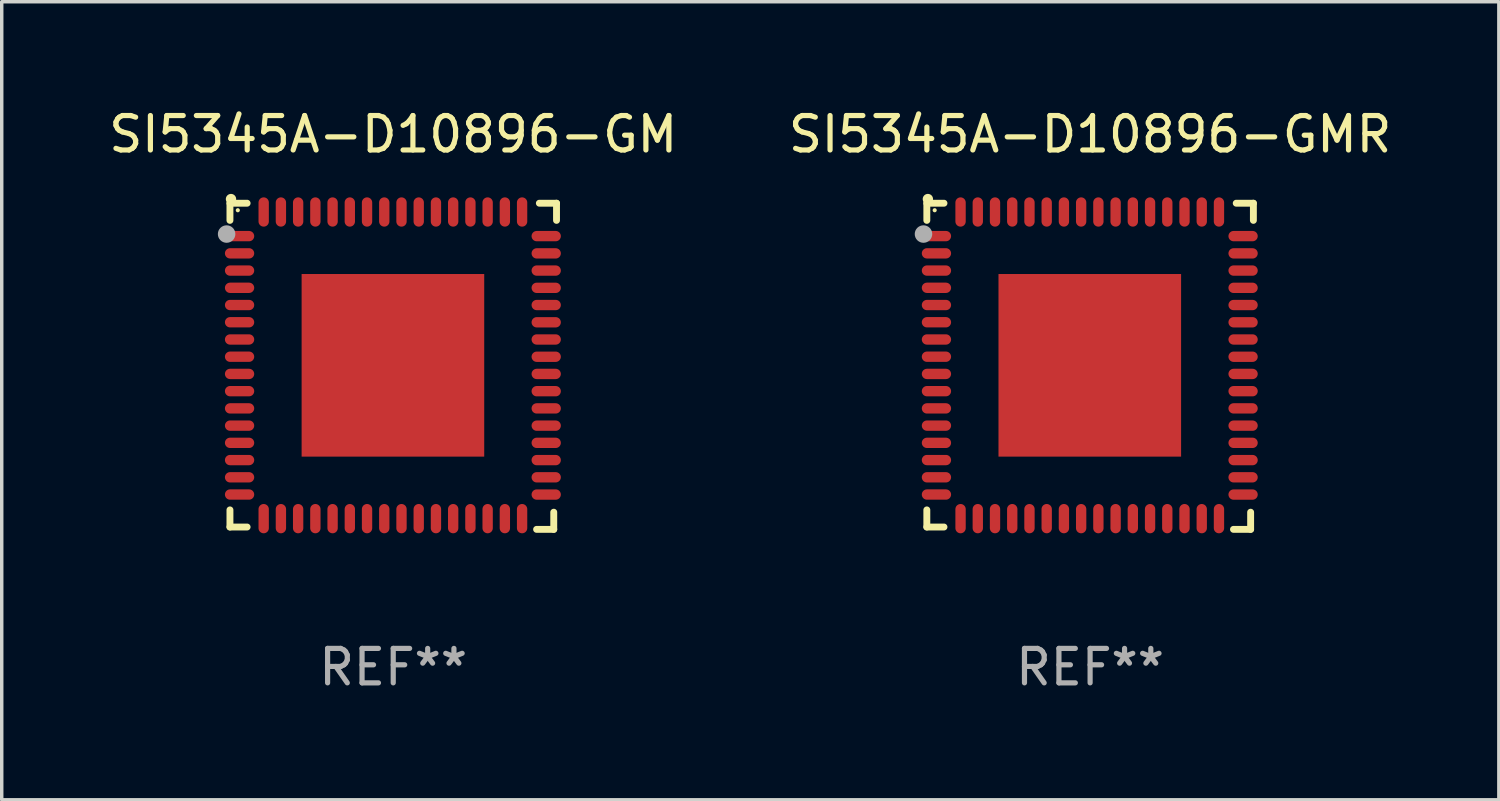
<source format=kicad_pcb>
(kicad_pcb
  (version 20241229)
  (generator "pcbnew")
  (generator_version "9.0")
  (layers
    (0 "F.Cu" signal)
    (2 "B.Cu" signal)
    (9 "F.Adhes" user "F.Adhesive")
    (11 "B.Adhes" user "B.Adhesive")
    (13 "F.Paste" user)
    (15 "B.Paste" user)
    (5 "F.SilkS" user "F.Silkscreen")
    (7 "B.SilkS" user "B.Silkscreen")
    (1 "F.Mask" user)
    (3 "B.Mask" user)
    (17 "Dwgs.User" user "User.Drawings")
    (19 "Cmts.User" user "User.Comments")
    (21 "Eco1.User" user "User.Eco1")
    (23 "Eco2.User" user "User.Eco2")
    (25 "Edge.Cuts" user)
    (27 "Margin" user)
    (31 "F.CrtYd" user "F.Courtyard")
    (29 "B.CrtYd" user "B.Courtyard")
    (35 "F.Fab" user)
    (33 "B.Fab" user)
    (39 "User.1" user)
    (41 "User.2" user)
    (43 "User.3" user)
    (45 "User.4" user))
  (footprint "SI5345A-D10896-GMR"
    (layer "F.Cu")
    (at 28.589 7.581)
    (property "Reference" "SI5345A-D10896-GMR" (at 0 -6.733 0) (layer "F.SilkS") (effects (font (size 1 1) (thickness 0.15))))
    (attr through_hole)
    (fp_line (start -4.739 -4.733) (end -4.241 -4.733) (stroke (width 0.2) (type solid)) (layer "F.SilkS"))
    (fp_line (start -4.739 -4.235) (end -4.739 -4.733) (stroke (width 0.2) (type solid)) (layer "F.SilkS"))
    (fp_line (start -4.739 4.168) (end -4.739 4.665) (stroke (width 0.2) (type solid)) (layer "F.SilkS"))
    (fp_line (start -4.739 4.665) (end -4.241 4.665) (stroke (width 0.2) (type solid)) (layer "F.SilkS"))
    (fp_line (start 4.161 4.733) (end 4.659 4.733) (stroke (width 0.2) (type solid)) (layer "F.SilkS"))
    (fp_line (start 4.241 -4.733) (end 4.739 -4.733) (stroke (width 0.2) (type solid)) (layer "F.SilkS"))
    (fp_line (start 4.659 4.733) (end 4.659 4.235) (stroke (width 0.2) (type solid)) (layer "F.SilkS"))
    (fp_line (start 4.739 -4.733) (end 4.739 -4.235) (stroke (width 0.2) (type solid)) (layer "F.SilkS"))
    (fp_arc (start -4.708623 -4.85108) (mid -4.708628 -4.85235) (end -4.708623 -4.85362) (stroke (width 0.3) (type solid)) (layer "F.SilkS"))
    (fp_circle (center -4.511 -4.529) (end -4.481 -4.529) (stroke (width 0.06) (type solid)) (fill no) (layer "F.SilkS"))
    (fp_circle (center -4.836 -3.838) (end -4.709 -3.838) (stroke (width 0.254) (type solid)) (fill no) (layer "F.Fab"))
    (fp_text user "REF**" (at 0 8.733 0) (layer "F.Fab") (effects (font (size 1 1) (thickness 0.15))))
    (pad "1" smd oval (at -4.46 -3.778) (size 0.85 0.3) (layers "F.Cu" "F.Mask" "F.Paste"))
    (pad "2" smd oval (at -4.46 -3.278) (size 0.85 0.3) (layers "F.Cu" "F.Mask" "F.Paste"))
    (pad "3" smd oval (at -4.46 -2.778) (size 0.85 0.3) (layers "F.Cu" "F.Mask" "F.Paste"))
    (pad "4" smd oval (at -4.46 -2.278) (size 0.85 0.3) (layers "F.Cu" "F.Mask" "F.Paste"))
    (pad "5" smd oval (at -4.46 -1.778) (size 0.85 0.3) (layers "F.Cu" "F.Mask" "F.Paste"))
    (pad "6" smd oval (at -4.46 -1.278) (size 0.85 0.3) (layers "F.Cu" "F.Mask" "F.Paste"))
    (pad "7" smd oval (at -4.46 -0.778) (size 0.85 0.3) (layers "F.Cu" "F.Mask" "F.Paste"))
    (pad "8" smd oval (at -4.46 -0.278) (size 0.85 0.3) (layers "F.Cu" "F.Mask" "F.Paste"))
    (pad "9" smd oval (at -4.46 0.222) (size 0.85 0.3) (layers "F.Cu" "F.Mask" "F.Paste"))
    (pad "10" smd oval (at -4.46 0.722) (size 0.85 0.3) (layers "F.Cu" "F.Mask" "F.Paste"))
    (pad "11" smd oval (at -4.46 1.222) (size 0.85 0.3) (layers "F.Cu" "F.Mask" "F.Paste"))
    (pad "12" smd oval (at -4.46 1.722) (size 0.85 0.3) (layers "F.Cu" "F.Mask" "F.Paste"))
    (pad "13" smd oval (at -4.46 2.222) (size 0.85 0.3) (layers "F.Cu" "F.Mask" "F.Paste"))
    (pad "14" smd oval (at -4.46 2.722) (size 0.85 0.3) (layers "F.Cu" "F.Mask" "F.Paste"))
    (pad "15" smd oval (at -4.46 3.222) (size 0.85 0.3) (layers "F.Cu" "F.Mask" "F.Paste"))
    (pad "16" smd oval (at -4.46 3.722) (size 0.85 0.3) (layers "F.Cu" "F.Mask" "F.Paste"))
    (pad "17" smd oval (at -3.76 4.422) (size 0.3 0.85) (layers "F.Cu" "F.Mask" "F.Paste"))
    (pad "18" smd oval (at -3.26 4.422) (size 0.3 0.85) (layers "F.Cu" "F.Mask" "F.Paste"))
    (pad "19" smd oval (at -2.76 4.422) (size 0.3 0.85) (layers "F.Cu" "F.Mask" "F.Paste"))
    (pad "20" smd oval (at -2.26 4.422) (size 0.3 0.85) (layers "F.Cu" "F.Mask" "F.Paste"))
    (pad "21" smd oval (at -1.76 4.422) (size 0.3 0.85) (layers "F.Cu" "F.Mask" "F.Paste"))
    (pad "22" smd oval (at -1.26 4.422) (size 0.3 0.85) (layers "F.Cu" "F.Mask" "F.Paste"))
    (pad "23" smd oval (at -0.76 4.422) (size 0.3 0.85) (layers "F.Cu" "F.Mask" "F.Paste"))
    (pad "24" smd oval (at -0.26 4.422) (size 0.3 0.85) (layers "F.Cu" "F.Mask" "F.Paste"))
    (pad "25" smd oval (at 0.24 4.422) (size 0.3 0.85) (layers "F.Cu" "F.Mask" "F.Paste"))
    (pad "26" smd oval (at 0.74 4.422) (size 0.3 0.85) (layers "F.Cu" "F.Mask" "F.Paste"))
    (pad "27" smd oval (at 1.24 4.422) (size 0.3 0.85) (layers "F.Cu" "F.Mask" "F.Paste"))
    (pad "28" smd oval (at 1.74 4.422) (size 0.3 0.85) (layers "F.Cu" "F.Mask" "F.Paste"))
    (pad "29" smd oval (at 2.24 4.422) (size 0.3 0.85) (layers "F.Cu" "F.Mask" "F.Paste"))
    (pad "30" smd oval (at 2.74 4.422) (size 0.3 0.85) (layers "F.Cu" "F.Mask" "F.Paste"))
    (pad "31" smd oval (at 3.24 4.422) (size 0.3 0.85) (layers "F.Cu" "F.Mask" "F.Paste"))
    (pad "32" smd oval (at 3.74 4.422) (size 0.3 0.85) (layers "F.Cu" "F.Mask" "F.Paste"))
    (pad "33" smd oval (at 4.44 3.723) (size 0.85 0.3) (layers "F.Cu" "F.Mask" "F.Paste"))
    (pad "34" smd oval (at 4.44 3.222) (size 0.85 0.3) (layers "F.Cu" "F.Mask" "F.Paste"))
    (pad "35" smd oval (at 4.44 2.723) (size 0.85 0.3) (layers "F.Cu" "F.Mask" "F.Paste"))
    (pad "36" smd oval (at 4.44 2.222) (size 0.85 0.3) (layers "F.Cu" "F.Mask" "F.Paste"))
    (pad "37" smd oval (at 4.44 1.723) (size 0.85 0.3) (layers "F.Cu" "F.Mask" "F.Paste"))
    (pad "38" smd oval (at 4.44 1.222) (size 0.85 0.3) (layers "F.Cu" "F.Mask" "F.Paste"))
    (pad "39" smd oval (at 4.44 0.723) (size 0.85 0.3) (layers "F.Cu" "F.Mask" "F.Paste"))
    (pad "40" smd oval (at 4.44 0.222) (size 0.85 0.3) (layers "F.Cu" "F.Mask" "F.Paste"))
    (pad "41" smd oval (at 4.44 -0.277) (size 0.85 0.3) (layers "F.Cu" "F.Mask" "F.Paste"))
    (pad "42" smd oval (at 4.44 -0.778) (size 0.85 0.3) (layers "F.Cu" "F.Mask" "F.Paste"))
    (pad "43" smd oval (at 4.44 -1.277) (size 0.85 0.3) (layers "F.Cu" "F.Mask" "F.Paste"))
    (pad "44" smd oval (at 4.44 -1.778) (size 0.85 0.3) (layers "F.Cu" "F.Mask" "F.Paste"))
    (pad "45" smd oval (at 4.44 -2.277) (size 0.85 0.3) (layers "F.Cu" "F.Mask" "F.Paste"))
    (pad "46" smd oval (at 4.44 -2.778) (size 0.85 0.3) (layers "F.Cu" "F.Mask" "F.Paste"))
    (pad "47" smd oval (at 4.44 -3.277) (size 0.85 0.3) (layers "F.Cu" "F.Mask" "F.Paste"))
    (pad "48" smd oval (at 4.44 -3.778) (size 0.85 0.3) (layers "F.Cu" "F.Mask" "F.Paste"))
    (pad "49" smd oval (at 3.74 -4.478) (size 0.3 0.85) (layers "F.Cu" "F.Mask" "F.Paste"))
    (pad "50" smd oval (at 3.24 -4.478) (size 0.3 0.85) (layers "F.Cu" "F.Mask" "F.Paste"))
    (pad "51" smd oval (at 2.74 -4.478) (size 0.3 0.85) (layers "F.Cu" "F.Mask" "F.Paste"))
    (pad "52" smd oval (at 2.24 -4.478) (size 0.3 0.85) (layers "F.Cu" "F.Mask" "F.Paste"))
    (pad "53" smd oval (at 1.74 -4.478) (size 0.3 0.85) (layers "F.Cu" "F.Mask" "F.Paste"))
    (pad "54" smd oval (at 1.24 -4.478) (size 0.3 0.85) (layers "F.Cu" "F.Mask" "F.Paste"))
    (pad "55" smd oval (at 0.74 -4.478) (size 0.3 0.85) (layers "F.Cu" "F.Mask" "F.Paste"))
    (pad "56" smd oval (at 0.24 -4.478) (size 0.3 0.85) (layers "F.Cu" "F.Mask" "F.Paste"))
    (pad "57" smd oval (at -0.26 -4.478) (size 0.3 0.85) (layers "F.Cu" "F.Mask" "F.Paste"))
    (pad "58" smd oval (at -0.76 -4.478) (size 0.3 0.85) (layers "F.Cu" "F.Mask" "F.Paste"))
    (pad "59" smd oval (at -1.26 -4.478) (size 0.3 0.85) (layers "F.Cu" "F.Mask" "F.Paste"))
    (pad "60" smd oval (at -1.76 -4.478) (size 0.3 0.85) (layers "F.Cu" "F.Mask" "F.Paste"))
    (pad "61" smd oval (at -2.26 -4.478) (size 0.3 0.85) (layers "F.Cu" "F.Mask" "F.Paste"))
    (pad "62" smd oval (at -2.76 -4.478) (size 0.3 0.85) (layers "F.Cu" "F.Mask" "F.Paste"))
    (pad "63" smd oval (at -3.26 -4.478) (size 0.3 0.85) (layers "F.Cu" "F.Mask" "F.Paste"))
    (pad "64" smd oval (at -3.76 -4.478) (size 0.3 0.85) (layers "F.Cu" "F.Mask" "F.Paste"))
    (pad "65" smd rect (at -0.009 -0.028 90) (size 5.3 5.3) (layers "F.Cu" "F.Mask" "F.Paste")))
  (footprint "SI5345A-D10896-GM"
    (layer "F.Cu")
    (at 8.363 7.581)
    (property "Reference" "SI5345A-D10896-GM" (at 0 -6.733 0) (layer "F.SilkS") (effects (font (size 1 1) (thickness 0.15))))
    (attr through_hole)
    (fp_line (start -4.739 -4.733) (end -4.241 -4.733) (stroke (width 0.2) (type solid)) (layer "F.SilkS"))
    (fp_line (start -4.739 -4.235) (end -4.739 -4.733) (stroke (width 0.2) (type solid)) (layer "F.SilkS"))
    (fp_line (start -4.739 4.168) (end -4.739 4.665) (stroke (width 0.2) (type solid)) (layer "F.SilkS"))
    (fp_line (start -4.739 4.665) (end -4.241 4.665) (stroke (width 0.2) (type solid)) (layer "F.SilkS"))
    (fp_line (start 4.161 4.733) (end 4.659 4.733) (stroke (width 0.2) (type solid)) (layer "F.SilkS"))
    (fp_line (start 4.241 -4.733) (end 4.739 -4.733) (stroke (width 0.2) (type solid)) (layer "F.SilkS"))
    (fp_line (start 4.659 4.733) (end 4.659 4.235) (stroke (width 0.2) (type solid)) (layer "F.SilkS"))
    (fp_line (start 4.739 -4.733) (end 4.739 -4.235) (stroke (width 0.2) (type solid)) (layer "F.SilkS"))
    (fp_arc (start -4.708623 -4.85108) (mid -4.708628 -4.85235) (end -4.708623 -4.85362) (stroke (width 0.3) (type solid)) (layer "F.SilkS"))
    (fp_circle (center -4.511 -4.529) (end -4.481 -4.529) (stroke (width 0.06) (type solid)) (fill no) (layer "F.SilkS"))
    (fp_circle (center -4.836 -3.838) (end -4.709 -3.838) (stroke (width 0.254) (type solid)) (fill no) (layer "F.Fab"))
    (fp_text user "REF**" (at 0 8.733 0) (layer "F.Fab") (effects (font (size 1 1) (thickness 0.15))))
    (pad "1" smd oval (at -4.46 -3.778) (size 0.85 0.3) (layers "F.Cu" "F.Mask" "F.Paste"))
    (pad "2" smd oval (at -4.46 -3.278) (size 0.85 0.3) (layers "F.Cu" "F.Mask" "F.Paste"))
    (pad "3" smd oval (at -4.46 -2.778) (size 0.85 0.3) (layers "F.Cu" "F.Mask" "F.Paste"))
    (pad "4" smd oval (at -4.46 -2.278) (size 0.85 0.3) (layers "F.Cu" "F.Mask" "F.Paste"))
    (pad "5" smd oval (at -4.46 -1.778) (size 0.85 0.3) (layers "F.Cu" "F.Mask" "F.Paste"))
    (pad "6" smd oval (at -4.46 -1.278) (size 0.85 0.3) (layers "F.Cu" "F.Mask" "F.Paste"))
    (pad "7" smd oval (at -4.46 -0.778) (size 0.85 0.3) (layers "F.Cu" "F.Mask" "F.Paste"))
    (pad "8" smd oval (at -4.46 -0.278) (size 0.85 0.3) (layers "F.Cu" "F.Mask" "F.Paste"))
    (pad "9" smd oval (at -4.46 0.222) (size 0.85 0.3) (layers "F.Cu" "F.Mask" "F.Paste"))
    (pad "10" smd oval (at -4.46 0.722) (size 0.85 0.3) (layers "F.Cu" "F.Mask" "F.Paste"))
    (pad "11" smd oval (at -4.46 1.222) (size 0.85 0.3) (layers "F.Cu" "F.Mask" "F.Paste"))
    (pad "12" smd oval (at -4.46 1.722) (size 0.85 0.3) (layers "F.Cu" "F.Mask" "F.Paste"))
    (pad "13" smd oval (at -4.46 2.222) (size 0.85 0.3) (layers "F.Cu" "F.Mask" "F.Paste"))
    (pad "14" smd oval (at -4.46 2.722) (size 0.85 0.3) (layers "F.Cu" "F.Mask" "F.Paste"))
    (pad "15" smd oval (at -4.46 3.222) (size 0.85 0.3) (layers "F.Cu" "F.Mask" "F.Paste"))
    (pad "16" smd oval (at -4.46 3.722) (size 0.85 0.3) (layers "F.Cu" "F.Mask" "F.Paste"))
    (pad "17" smd oval (at -3.76 4.422) (size 0.3 0.85) (layers "F.Cu" "F.Mask" "F.Paste"))
    (pad "18" smd oval (at -3.26 4.422) (size 0.3 0.85) (layers "F.Cu" "F.Mask" "F.Paste"))
    (pad "19" smd oval (at -2.76 4.422) (size 0.3 0.85) (layers "F.Cu" "F.Mask" "F.Paste"))
    (pad "20" smd oval (at -2.26 4.422) (size 0.3 0.85) (layers "F.Cu" "F.Mask" "F.Paste"))
    (pad "21" smd oval (at -1.76 4.422) (size 0.3 0.85) (layers "F.Cu" "F.Mask" "F.Paste"))
    (pad "22" smd oval (at -1.26 4.422) (size 0.3 0.85) (layers "F.Cu" "F.Mask" "F.Paste"))
    (pad "23" smd oval (at -0.76 4.422) (size 0.3 0.85) (layers "F.Cu" "F.Mask" "F.Paste"))
    (pad "24" smd oval (at -0.26 4.422) (size 0.3 0.85) (layers "F.Cu" "F.Mask" "F.Paste"))
    (pad "25" smd oval (at 0.24 4.422) (size 0.3 0.85) (layers "F.Cu" "F.Mask" "F.Paste"))
    (pad "26" smd oval (at 0.74 4.422) (size 0.3 0.85) (layers "F.Cu" "F.Mask" "F.Paste"))
    (pad "27" smd oval (at 1.24 4.422) (size 0.3 0.85) (layers "F.Cu" "F.Mask" "F.Paste"))
    (pad "28" smd oval (at 1.74 4.422) (size 0.3 0.85) (layers "F.Cu" "F.Mask" "F.Paste"))
    (pad "29" smd oval (at 2.24 4.422) (size 0.3 0.85) (layers "F.Cu" "F.Mask" "F.Paste"))
    (pad "30" smd oval (at 2.74 4.422) (size 0.3 0.85) (layers "F.Cu" "F.Mask" "F.Paste"))
    (pad "31" smd oval (at 3.24 4.422) (size 0.3 0.85) (layers "F.Cu" "F.Mask" "F.Paste"))
    (pad "32" smd oval (at 3.74 4.422) (size 0.3 0.85) (layers "F.Cu" "F.Mask" "F.Paste"))
    (pad "33" smd oval (at 4.44 3.723) (size 0.85 0.3) (layers "F.Cu" "F.Mask" "F.Paste"))
    (pad "34" smd oval (at 4.44 3.222) (size 0.85 0.3) (layers "F.Cu" "F.Mask" "F.Paste"))
    (pad "35" smd oval (at 4.44 2.723) (size 0.85 0.3) (layers "F.Cu" "F.Mask" "F.Paste"))
    (pad "36" smd oval (at 4.44 2.222) (size 0.85 0.3) (layers "F.Cu" "F.Mask" "F.Paste"))
    (pad "37" smd oval (at 4.44 1.723) (size 0.85 0.3) (layers "F.Cu" "F.Mask" "F.Paste"))
    (pad "38" smd oval (at 4.44 1.222) (size 0.85 0.3) (layers "F.Cu" "F.Mask" "F.Paste"))
    (pad "39" smd oval (at 4.44 0.723) (size 0.85 0.3) (layers "F.Cu" "F.Mask" "F.Paste"))
    (pad "40" smd oval (at 4.44 0.222) (size 0.85 0.3) (layers "F.Cu" "F.Mask" "F.Paste"))
    (pad "41" smd oval (at 4.44 -0.277) (size 0.85 0.3) (layers "F.Cu" "F.Mask" "F.Paste"))
    (pad "42" smd oval (at 4.44 -0.778) (size 0.85 0.3) (layers "F.Cu" "F.Mask" "F.Paste"))
    (pad "43" smd oval (at 4.44 -1.277) (size 0.85 0.3) (layers "F.Cu" "F.Mask" "F.Paste"))
    (pad "44" smd oval (at 4.44 -1.778) (size 0.85 0.3) (layers "F.Cu" "F.Mask" "F.Paste"))
    (pad "45" smd oval (at 4.44 -2.277) (size 0.85 0.3) (layers "F.Cu" "F.Mask" "F.Paste"))
    (pad "46" smd oval (at 4.44 -2.778) (size 0.85 0.3) (layers "F.Cu" "F.Mask" "F.Paste"))
    (pad "47" smd oval (at 4.44 -3.277) (size 0.85 0.3) (layers "F.Cu" "F.Mask" "F.Paste"))
    (pad "48" smd oval (at 4.44 -3.778) (size 0.85 0.3) (layers "F.Cu" "F.Mask" "F.Paste"))
    (pad "49" smd oval (at 3.74 -4.478) (size 0.3 0.85) (layers "F.Cu" "F.Mask" "F.Paste"))
    (pad "50" smd oval (at 3.24 -4.478) (size 0.3 0.85) (layers "F.Cu" "F.Mask" "F.Paste"))
    (pad "51" smd oval (at 2.74 -4.478) (size 0.3 0.85) (layers "F.Cu" "F.Mask" "F.Paste"))
    (pad "52" smd oval (at 2.24 -4.478) (size 0.3 0.85) (layers "F.Cu" "F.Mask" "F.Paste"))
    (pad "53" smd oval (at 1.74 -4.478) (size 0.3 0.85) (layers "F.Cu" "F.Mask" "F.Paste"))
    (pad "54" smd oval (at 1.24 -4.478) (size 0.3 0.85) (layers "F.Cu" "F.Mask" "F.Paste"))
    (pad "55" smd oval (at 0.74 -4.478) (size 0.3 0.85) (layers "F.Cu" "F.Mask" "F.Paste"))
    (pad "56" smd oval (at 0.24 -4.478) (size 0.3 0.85) (layers "F.Cu" "F.Mask" "F.Paste"))
    (pad "57" smd oval (at -0.26 -4.478) (size 0.3 0.85) (layers "F.Cu" "F.Mask" "F.Paste"))
    (pad "58" smd oval (at -0.76 -4.478) (size 0.3 0.85) (layers "F.Cu" "F.Mask" "F.Paste"))
    (pad "59" smd oval (at -1.26 -4.478) (size 0.3 0.85) (layers "F.Cu" "F.Mask" "F.Paste"))
    (pad "60" smd oval (at -1.76 -4.478) (size 0.3 0.85) (layers "F.Cu" "F.Mask" "F.Paste"))
    (pad "61" smd oval (at -2.26 -4.478) (size 0.3 0.85) (layers "F.Cu" "F.Mask" "F.Paste"))
    (pad "62" smd oval (at -2.76 -4.478) (size 0.3 0.85) (layers "F.Cu" "F.Mask" "F.Paste"))
    (pad "63" smd oval (at -3.26 -4.478) (size 0.3 0.85) (layers "F.Cu" "F.Mask" "F.Paste"))
    (pad "64" smd oval (at -3.76 -4.478) (size 0.3 0.85) (layers "F.Cu" "F.Mask" "F.Paste"))
    (pad "65" smd rect (at -0.009 -0.028 90) (size 5.3 5.3) (layers "F.Cu" "F.Mask" "F.Paste")))
  (gr_rect
    (start -3 -3)
    (end 40.452 20.162)
    (stroke (width 0.1) (type default))
    (fill no)
    (layer "Edge.Cuts")))
</source>
